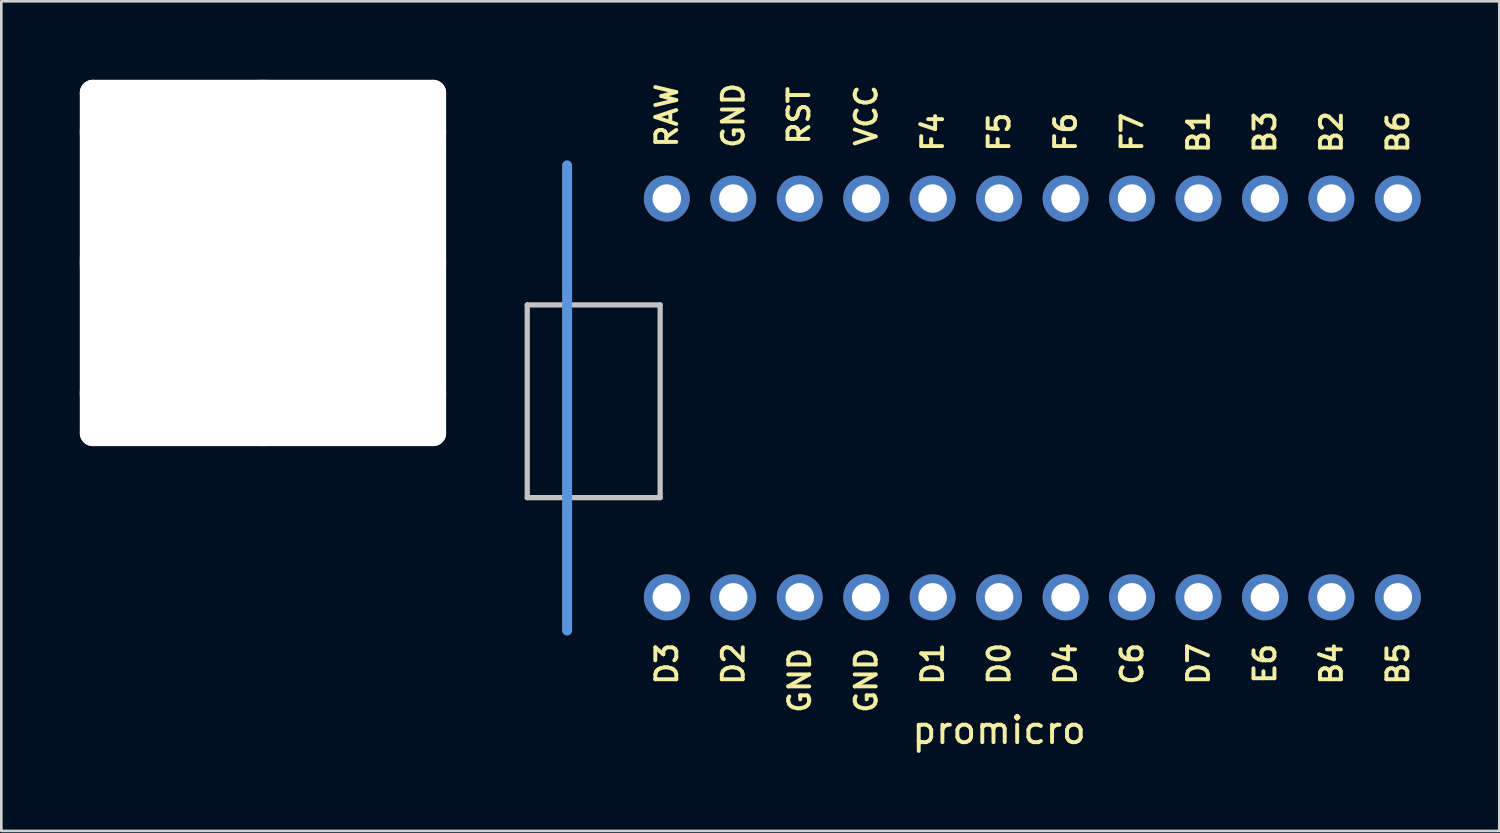
<source format=kicad_pcb>
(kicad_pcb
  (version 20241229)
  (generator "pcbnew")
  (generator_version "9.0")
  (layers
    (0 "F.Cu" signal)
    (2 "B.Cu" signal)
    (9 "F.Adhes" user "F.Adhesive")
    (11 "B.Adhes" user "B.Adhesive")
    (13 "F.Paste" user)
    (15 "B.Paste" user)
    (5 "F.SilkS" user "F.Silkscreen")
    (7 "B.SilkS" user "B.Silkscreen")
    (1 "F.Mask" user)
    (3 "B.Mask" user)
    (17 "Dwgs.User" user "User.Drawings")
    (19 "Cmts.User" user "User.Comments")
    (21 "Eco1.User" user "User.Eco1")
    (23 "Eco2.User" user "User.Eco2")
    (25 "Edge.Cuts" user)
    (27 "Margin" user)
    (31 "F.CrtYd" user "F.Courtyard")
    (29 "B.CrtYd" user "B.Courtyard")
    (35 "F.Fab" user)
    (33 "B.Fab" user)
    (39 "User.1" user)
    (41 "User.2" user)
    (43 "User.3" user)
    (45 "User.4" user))
  (footprint "MX-plate-cutout"
    (layer "F.Cu")
    (at 7 7)
    (property "Reference" "MX-plate-cutout" (at 0 0.5 0) (layer "F.SilkS") (effects (font (size 1 1) (thickness 0.15))))
    (attr through_hole)
    (pad "" np_thru_hole oval (at -6.5 0 270) (size 14 1) (drill oval 14 1) (layers "*.Cu" "*.Mask"))
    (pad "" np_thru_hole oval (at 0 -6.5) (size 14 1) (drill oval 14 1) (layers "*.Cu" "*.Mask"))
    (pad "" np_thru_hole oval (at 0 -5) (size 14 3) (drill oval 14 3) (layers "*.Cu" "*.Mask"))
    (pad "" np_thru_hole circle (at 0 0) (size 14 14) (drill 14) (layers "*.Cu" "*.Mask"))
    (pad "" np_thru_hole oval (at 0 5) (size 14 3) (drill oval 14 3) (layers "*.Cu" "*.Mask"))
    (pad "" np_thru_hole oval (at 0 6.5 180) (size 14 1) (drill oval 14 1) (layers "*.Cu" "*.Mask"))
    (pad "" np_thru_hole oval (at 6.5 0 90) (size 14 1) (drill oval 14 1) (layers "*.Cu" "*.Mask")))
  (footprint "promicro"
    (layer "F.Cu")
    (at 35.134 12.159)
    (property "Reference" "promicro" (at 0 12.7 0) (layer "F.SilkS") (effects (font (size 1 1) (thickness 0.15))))
    (attr through_hole)
    (fp_line (start -18.034 -3.556) (end -12.954 -3.556) (stroke (width 0.2) (type solid)) (layer "Dwgs.User"))
    (fp_line (start -18.034 3.81) (end -18.034 -3.556) (stroke (width 0.2) (type solid)) (layer "Dwgs.User"))
    (fp_line (start -12.954 -3.556) (end -12.954 3.81) (stroke (width 0.2) (type solid)) (layer "Dwgs.User"))
    (fp_line (start -12.954 3.81) (end -18.034 3.81) (stroke (width 0.2) (type solid)) (layer "Dwgs.User"))
    (fp_line (start -16.51 -8.89) (end -16.51 8.89) (stroke (width 0.381) (type solid)) (layer "Cmts.User"))
    (fp_text user "F7" (at 5.08 -10.16 90) (layer "F.SilkS") (effects (font (size 0.8 0.8) (thickness 0.15))))
    (fp_text user "F4" (at -2.54 -10.16 90) (layer "F.SilkS") (effects (font (size 0.8 0.8) (thickness 0.15))))
    (fp_text user "B3" (at 10.16 -10.16 90) (layer "F.SilkS") (effects (font (size 0.8 0.8) (thickness 0.15))))
    (fp_text user "F6" (at 2.54 -10.16 90) (layer "F.SilkS") (effects (font (size 0.8 0.8) (thickness 0.15))))
    (fp_text user "GND" (at -7.62 10.795 90) (layer "F.SilkS") (effects (font (size 0.8 0.8) (thickness 0.15))))
    (fp_text user "D3" (at -12.7 10.16 90) (layer "F.SilkS") (effects (font (size 0.8 0.8) (thickness 0.15))))
    (fp_text user "B4" (at 12.7 10.16 90) (layer "F.SilkS") (effects (font (size 0.8 0.8) (thickness 0.15))))
    (fp_text user "RST" (at -7.65 -10.795 90) (layer "F.SilkS") (effects (font (size 0.8 0.8) (thickness 0.15))))
    (fp_text user "B5" (at 15.24 10.16 90) (layer "F.SilkS") (effects (font (size 0.8 0.8) (thickness 0.15))))
    (fp_text user "D7" (at 7.62 10.16 90) (layer "F.SilkS") (effects (font (size 0.8 0.8) (thickness 0.15))))
    (fp_text user "E6" (at 10.16 10.16 90) (layer "F.SilkS") (effects (font (size 0.8 0.8) (thickness 0.15))))
    (fp_text user "B2" (at 12.7 -10.16 90) (layer "F.SilkS") (effects (font (size 0.8 0.8) (thickness 0.15))))
    (fp_text user "GND" (at -5.08 10.795 90) (layer "F.SilkS") (effects (font (size 0.8 0.8) (thickness 0.15))))
    (fp_text user "RAW" (at -12.7 -10.795 90) (layer "F.SilkS") (effects (font (size 0.8 0.8) (thickness 0.15))))
    (fp_text user "C6" (at 5.08 10.16 90) (layer "F.SilkS") (effects (font (size 0.8 0.8) (thickness 0.15))))
    (fp_text user "GND" (at -10.16 -10.795 90) (layer "F.SilkS") (effects (font (size 0.8 0.8) (thickness 0.15))))
    (fp_text user "D0" (at 0 10.16 90) (layer "F.SilkS") (effects (font (size 0.8 0.8) (thickness 0.15))))
    (fp_text user "VCC" (at -5.08 -10.795 90) (layer "F.SilkS") (effects (font (size 0.8 0.8) (thickness 0.15))))
    (fp_text user "D2" (at -10.16 10.16 90) (layer "F.SilkS") (effects (font (size 0.8 0.8) (thickness 0.15))))
    (fp_text user "D1" (at -2.54 10.16 90) (layer "F.SilkS") (effects (font (size 0.8 0.8) (thickness 0.15))))
    (fp_text user "B1" (at 7.62 -10.16 90) (layer "F.SilkS") (effects (font (size 0.8 0.8) (thickness 0.15))))
    (fp_text user "B6" (at 15.24 -10.16 90) (layer "F.SilkS") (effects (font (size 0.8 0.8) (thickness 0.15))))
    (fp_text user "F5" (at 0 -10.16 90) (layer "F.SilkS") (effects (font (size 0.8 0.8) (thickness 0.15))))
    (fp_text user "D4" (at 2.54 10.16 90) (layer "F.SilkS") (effects (font (size 0.8 0.8) (thickness 0.15))))
    (pad "1" thru_hole circle (at -12.7 7.62) (size 1.753 1.753) (drill 1.092) (layers "*.Cu" "*.Mask"))
    (pad "2" thru_hole circle (at -10.16 7.62) (size 1.753 1.753) (drill 1.092) (layers "*.Cu" "*.Mask"))
    (pad "3" thru_hole circle (at -7.62 7.62) (size 1.753 1.753) (drill 1.092) (layers "*.Cu" "*.Mask"))
    (pad "4" thru_hole circle (at -5.08 7.62) (size 1.753 1.753) (drill 1.092) (layers "*.Cu" "*.Mask"))
    (pad "5" thru_hole circle (at -2.54 7.62) (size 1.753 1.753) (drill 1.092) (layers "*.Cu" "*.Mask"))
    (pad "6" thru_hole circle (at 0 7.62) (size 1.753 1.753) (drill 1.092) (layers "*.Cu" "*.Mask"))
    (pad "7" thru_hole circle (at 2.54 7.62) (size 1.753 1.753) (drill 1.092) (layers "*.Cu" "*.Mask"))
    (pad "8" thru_hole circle (at 5.08 7.62) (size 1.753 1.753) (drill 1.092) (layers "*.Cu" "*.Mask"))
    (pad "9" thru_hole circle (at 7.62 7.62) (size 1.753 1.753) (drill 1.092) (layers "*.Cu" "*.Mask"))
    (pad "10" thru_hole circle (at 10.16 7.62) (size 1.753 1.753) (drill 1.092) (layers "*.Cu" "*.Mask"))
    (pad "11" thru_hole circle (at 12.7 7.62) (size 1.753 1.753) (drill 1.092) (layers "*.Cu" "*.Mask"))
    (pad "12" thru_hole circle (at 15.24 7.62) (size 1.753 1.753) (drill 1.092) (layers "*.Cu" "*.Mask"))
    (pad "13" thru_hole circle (at 15.24 -7.62) (size 1.753 1.753) (drill 1.092) (layers "*.Cu" "*.Mask"))
    (pad "14" thru_hole circle (at 12.7 -7.62) (size 1.753 1.753) (drill 1.092) (layers "*.Cu" "*.Mask"))
    (pad "15" thru_hole circle (at 10.16 -7.62) (size 1.753 1.753) (drill 1.092) (layers "*.Cu" "*.Mask"))
    (pad "16" thru_hole circle (at 7.62 -7.62) (size 1.753 1.753) (drill 1.092) (layers "*.Cu" "*.Mask"))
    (pad "17" thru_hole circle (at 5.08 -7.62) (size 1.753 1.753) (drill 1.092) (layers "*.Cu" "*.Mask"))
    (pad "18" thru_hole circle (at 2.54 -7.62) (size 1.753 1.753) (drill 1.092) (layers "*.Cu" "*.Mask"))
    (pad "19" thru_hole circle (at 0 -7.62) (size 1.753 1.753) (drill 1.092) (layers "*.Cu" "*.Mask"))
    (pad "20" thru_hole circle (at -2.54 -7.62) (size 1.753 1.753) (drill 1.092) (layers "*.Cu" "*.Mask"))
    (pad "21" thru_hole circle (at -5.08 -7.62) (size 1.753 1.753) (drill 1.092) (layers "*.Cu" "*.Mask"))
    (pad "22" thru_hole circle (at -7.62 -7.62) (size 1.753 1.753) (drill 1.092) (layers "*.Cu" "*.Mask"))
    (pad "23" thru_hole circle (at -10.16 -7.62) (size 1.753 1.753) (drill 1.092) (layers "*.Cu" "*.Mask"))
    (pad "24" thru_hole circle (at -12.7 -7.62) (size 1.753 1.753) (drill 1.092) (layers "*.Cu" "*.Mask")))
  (gr_rect
    (start -3 -3)
    (end 54.25 28.707)
    (stroke (width 0.1) (type default))
    (fill no)
    (layer "Edge.Cuts")))
</source>
